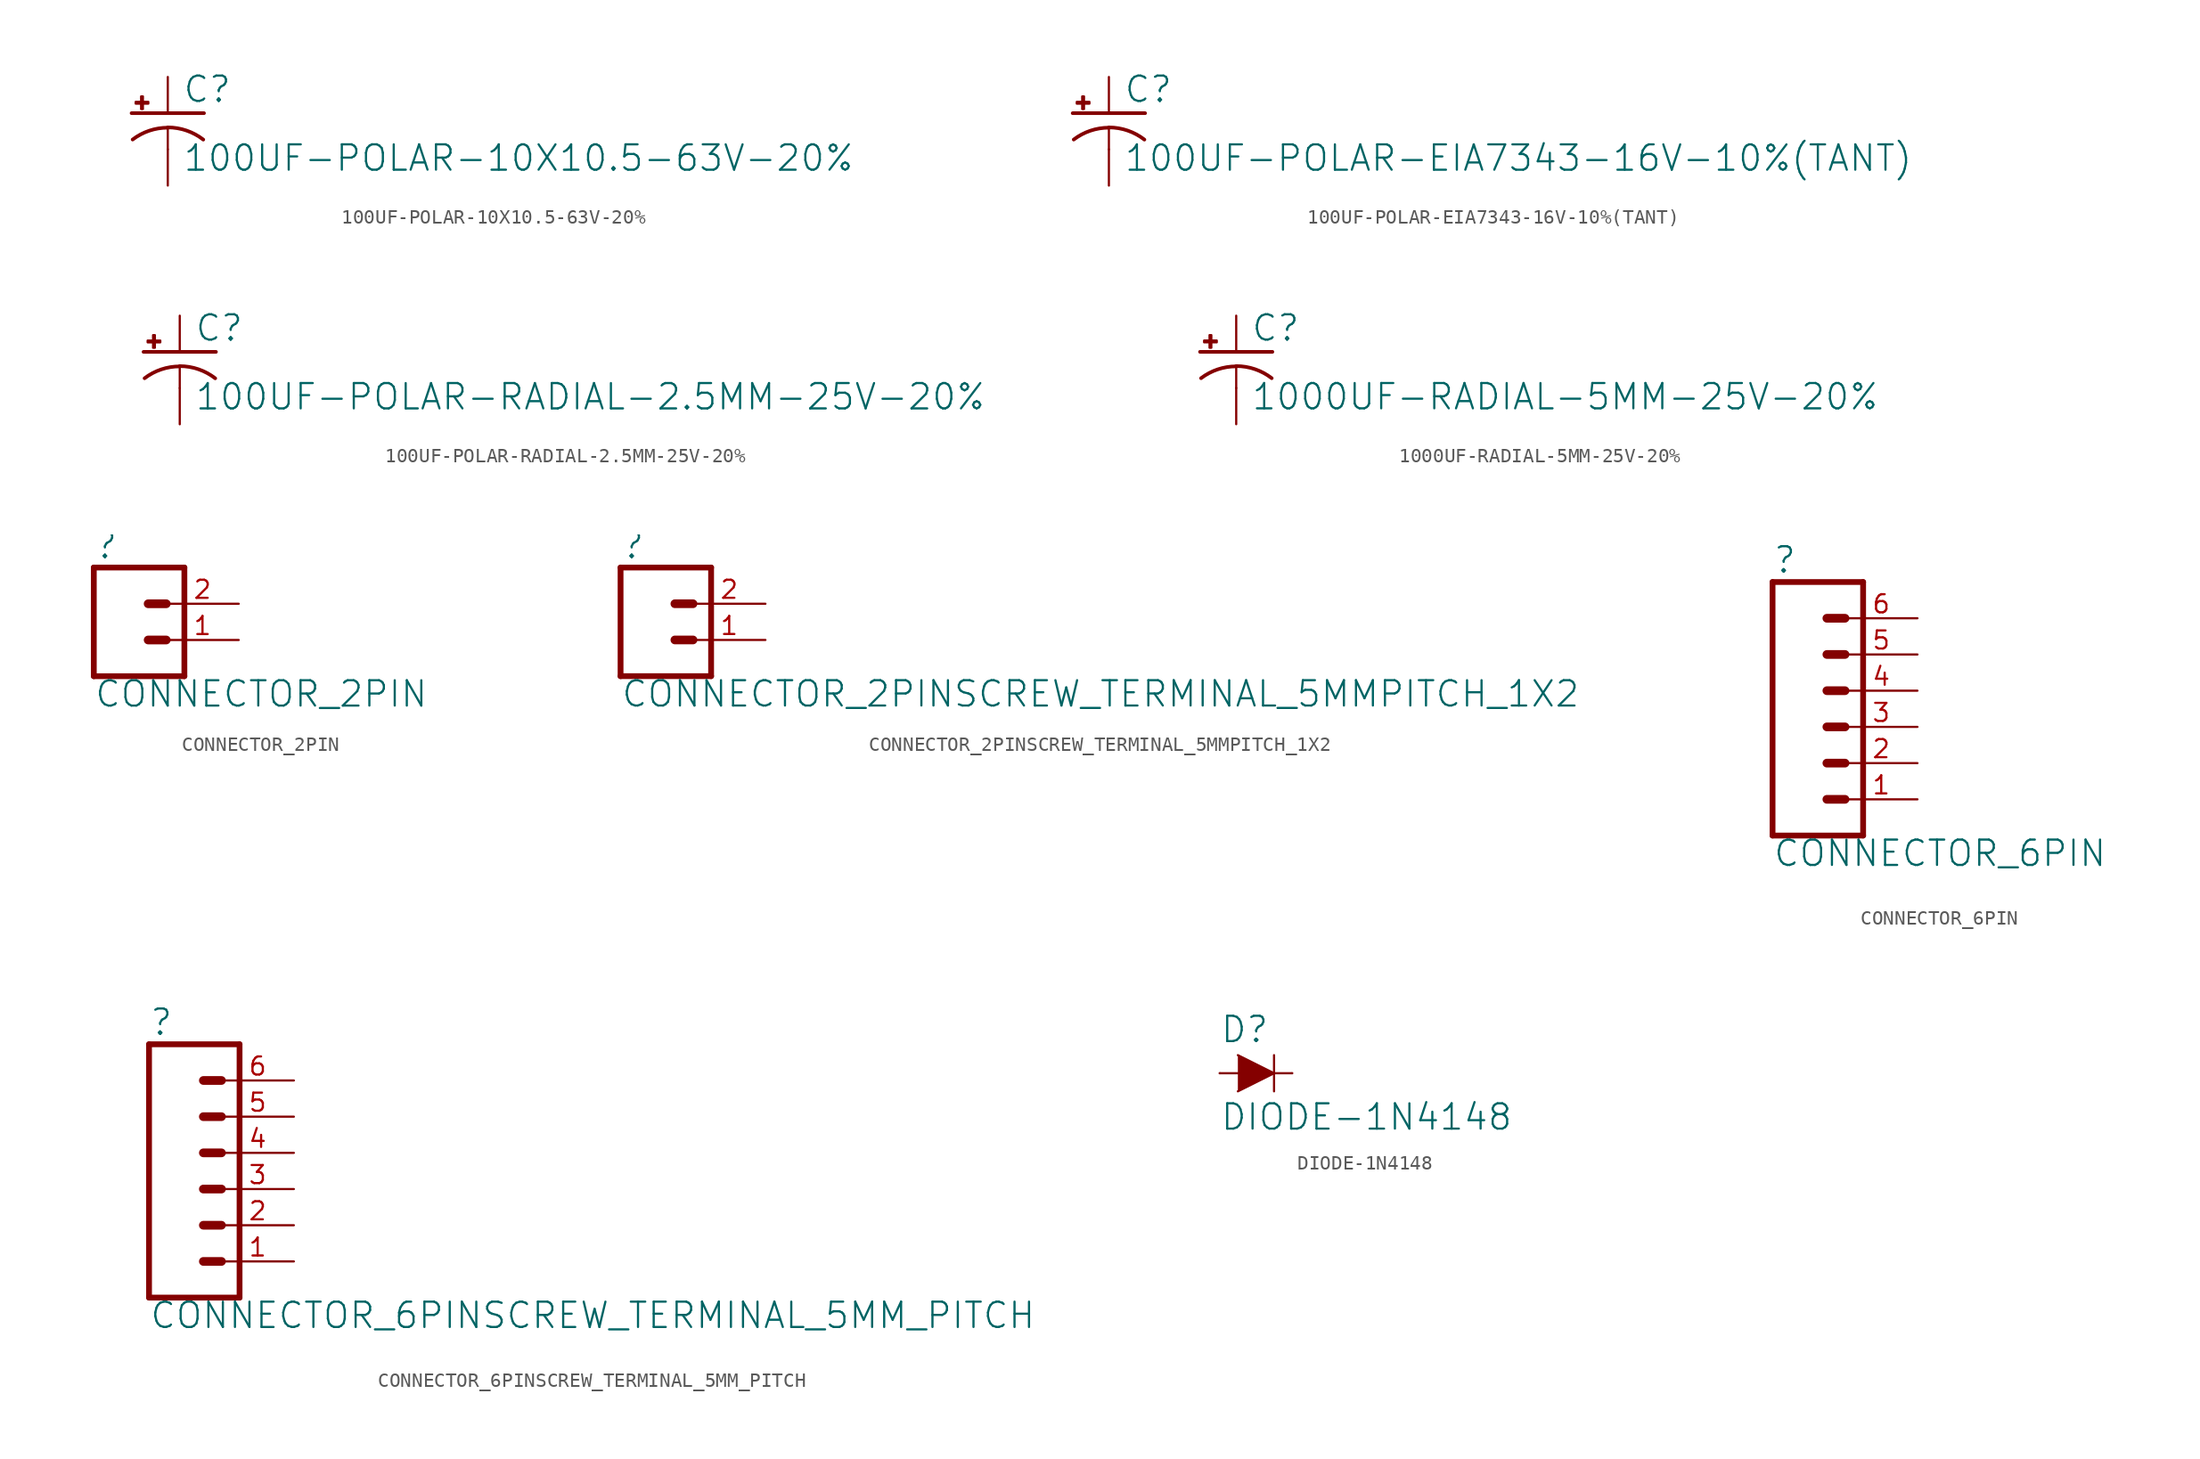
<source format=kicad_sym>
(kicad_symbol_lib
  (version 20211014)
  (generator kicad_symbol_editor)
  (symbol "100UF-POLAR-10X10.5-63V-20%"
    (property "Reference" "C"
      (at 1.016 0.635 0)
      (effects (font (size 1.778 1.778)) (justify left bottom)))
    (property "Value" "100UF-POLAR-10X10.5-63V-20%"
      (at 1.016 -4.191 0)
      (effects (font (size 1.778 1.778)) (justify left bottom)))
    (property "ki_locked" ""
      (at 0 0 0)
      (effects (font (size 1.27 1.27))))
    (symbol "100UF-POLAR-10X10.5-63V-20%_1_0"
      (rectangle (start -2.253 0.668) (end -1.364 0.795) (stroke (width 0) (type default) (color 0 0 0 0)) (fill (type outline)))
      (rectangle (start -1.872 0.287) (end -1.745 1.176) (stroke (width 0) (type default) (color 0 0 0 0)) (fill (type outline)))
      (arc (start 0 -1.0161) (mid -1.3021 -1.2302) (end -2.4669 -1.8504) (stroke (width 0.254) (type default) (color 0 0 0 0)) (fill (type none)))
      (polyline (pts (xy -2.54 0) (xy 2.54 0)) (stroke (width 0.254) (type default) (color 0 0 0 0)) (fill (type none)))
      (polyline (pts (xy 0 -1.016) (xy 0 -2.54)) (stroke (width 0.152) (type default) (color 0 0 0 0)) (fill (type none)))
      (arc (start 2.4892 -1.8542) (mid 1.3158 -1.2195) (end 0 -1) (stroke (width 0.254) (type default) (color 0 0 0 0)) (fill (type none)))
      (pin passive line (at 0 2.54 270) (length 2.54) (name "+" (effects (font (size 0 0)))) (number "+" (effects (font (size 0 0)))))
      (pin passive line (at 0 -5.08 90) (length 2.54) (name "-" (effects (font (size 0 0)))) (number "-" (effects (font (size 0 0)))))))
  (symbol "100UF-POLAR-EIA7343-16V-10%(TANT)"
    (property "Reference" "C"
      (at 1.016 0.635 0)
      (effects (font (size 1.778 1.778)) (justify left bottom)))
    (property "Value" "100UF-POLAR-EIA7343-16V-10%(TANT)"
      (at 1.016 -4.191 0)
      (effects (font (size 1.778 1.778)) (justify left bottom)))
    (property "ki_locked" ""
      (at 0 0 0)
      (effects (font (size 1.27 1.27))))
    (symbol "100UF-POLAR-EIA7343-16V-10%(TANT)_1_0"
      (rectangle (start -2.253 0.668) (end -1.364 0.795) (stroke (width 0) (type default) (color 0 0 0 0)) (fill (type outline)))
      (rectangle (start -1.872 0.287) (end -1.745 1.176) (stroke (width 0) (type default) (color 0 0 0 0)) (fill (type outline)))
      (arc (start 0 -1.0161) (mid -1.3021 -1.2302) (end -2.4669 -1.8504) (stroke (width 0.254) (type default) (color 0 0 0 0)) (fill (type none)))
      (polyline (pts (xy -2.54 0) (xy 2.54 0)) (stroke (width 0.254) (type default) (color 0 0 0 0)) (fill (type none)))
      (polyline (pts (xy 0 -1.016) (xy 0 -2.54)) (stroke (width 0.152) (type default) (color 0 0 0 0)) (fill (type none)))
      (arc (start 2.4892 -1.8542) (mid 1.3158 -1.2195) (end 0 -1) (stroke (width 0.254) (type default) (color 0 0 0 0)) (fill (type none)))
      (pin passive line (at 0 2.54 270) (length 2.54) (name "+" (effects (font (size 0 0)))) (number "A" (effects (font (size 0 0)))))
      (pin passive line (at 0 -5.08 90) (length 2.54) (name "-" (effects (font (size 0 0)))) (number "C" (effects (font (size 0 0)))))))
  (symbol "100UF-POLAR-RADIAL-2.5MM-25V-20%"
    (property "Reference" "C"
      (at 1.016 0.635 0)
      (effects (font (size 1.778 1.778)) (justify left bottom)))
    (property "Value" "100UF-POLAR-RADIAL-2.5MM-25V-20%"
      (at 1.016 -4.191 0)
      (effects (font (size 1.778 1.778)) (justify left bottom)))
    (property "ki_locked" ""
      (at 0 0 0)
      (effects (font (size 1.27 1.27))))
    (symbol "100UF-POLAR-RADIAL-2.5MM-25V-20%_1_0"
      (rectangle (start -2.253 0.668) (end -1.364 0.795) (stroke (width 0) (type default) (color 0 0 0 0)) (fill (type outline)))
      (rectangle (start -1.872 0.287) (end -1.745 1.176) (stroke (width 0) (type default) (color 0 0 0 0)) (fill (type outline)))
      (arc (start 0 -1.0161) (mid -1.3021 -1.2302) (end -2.4669 -1.8504) (stroke (width 0.254) (type default) (color 0 0 0 0)) (fill (type none)))
      (polyline (pts (xy -2.54 0) (xy 2.54 0)) (stroke (width 0.254) (type default) (color 0 0 0 0)) (fill (type none)))
      (polyline (pts (xy 0 -1.016) (xy 0 -2.54)) (stroke (width 0.152) (type default) (color 0 0 0 0)) (fill (type none)))
      (arc (start 2.4892 -1.8542) (mid 1.3158 -1.2195) (end 0 -1) (stroke (width 0.254) (type default) (color 0 0 0 0)) (fill (type none)))
      (pin passive line (at 0 2.54 270) (length 2.54) (name "+" (effects (font (size 0 0)))) (number "1" (effects (font (size 0 0)))))
      (pin passive line (at 0 -5.08 90) (length 2.54) (name "-" (effects (font (size 0 0)))) (number "2" (effects (font (size 0 0)))))))
  (symbol "1000UF-RADIAL-5MM-25V-20%"
    (property "Reference" "C"
      (at 1.016 0.635 0)
      (effects (font (size 1.778 1.778)) (justify left bottom)))
    (property "Value" "1000UF-RADIAL-5MM-25V-20%"
      (at 1.016 -4.191 0)
      (effects (font (size 1.778 1.778)) (justify left bottom)))
    (property "ki_locked" ""
      (at 0 0 0)
      (effects (font (size 1.27 1.27))))
    (symbol "1000UF-RADIAL-5MM-25V-20%_1_0"
      (rectangle (start -2.253 0.668) (end -1.364 0.795) (stroke (width 0) (type default) (color 0 0 0 0)) (fill (type outline)))
      (rectangle (start -1.872 0.287) (end -1.745 1.176) (stroke (width 0) (type default) (color 0 0 0 0)) (fill (type outline)))
      (arc (start 0 -1.0161) (mid -1.3021 -1.2302) (end -2.4669 -1.8504) (stroke (width 0.254) (type default) (color 0 0 0 0)) (fill (type none)))
      (polyline (pts (xy -2.54 0) (xy 2.54 0)) (stroke (width 0.254) (type default) (color 0 0 0 0)) (fill (type none)))
      (polyline (pts (xy 0 -1.016) (xy 0 -2.54)) (stroke (width 0.152) (type default) (color 0 0 0 0)) (fill (type none)))
      (arc (start 2.4892 -1.8542) (mid 1.3158 -1.2195) (end 0 -1) (stroke (width 0.254) (type default) (color 0 0 0 0)) (fill (type none)))
      (pin passive line (at 0 2.54 270) (length 2.54) (name "+" (effects (font (size 0 0)))) (number "+" (effects (font (size 0 0)))))
      (pin passive line (at 0 -5.08 90) (length 2.54) (name "-" (effects (font (size 0 0)))) (number "-" (effects (font (size 0 0)))))))
  (symbol "CONNECTOR_2PIN"
    (property "Reference" ""
      (at -2.54 5.588 0)
      (effects (font (size 1.778 1.778)) (justify left bottom)))
    (property "Value" "CONNECTOR_2PIN"
      (at -2.54 -4.826 0)
      (effects (font (size 1.778 1.778)) (justify left bottom)))
    (property "ki_locked" ""
      (at 0 0 0)
      (effects (font (size 1.27 1.27))))
    (symbol "CONNECTOR_2PIN_1_0"
      (polyline (pts (xy -2.54 5.08) (xy -2.54 -2.54)) (stroke (width 0.406) (type default) (color 0 0 0 0)) (fill (type none)))
      (polyline (pts (xy -2.54 5.08) (xy 3.81 5.08)) (stroke (width 0.406) (type default) (color 0 0 0 0)) (fill (type none)))
      (polyline (pts (xy 1.27 0) (xy 2.54 0)) (stroke (width 0.61) (type default) (color 0 0 0 0)) (fill (type none)))
      (polyline (pts (xy 1.27 2.54) (xy 2.54 2.54)) (stroke (width 0.61) (type default) (color 0 0 0 0)) (fill (type none)))
      (polyline (pts (xy 3.81 -2.54) (xy -2.54 -2.54)) (stroke (width 0.406) (type default) (color 0 0 0 0)) (fill (type none)))
      (polyline (pts (xy 3.81 -2.54) (xy 3.81 5.08)) (stroke (width 0.406) (type default) (color 0 0 0 0)) (fill (type none)))
      (pin passive line (at 7.62 0 180) (length 5.08) (name "1" (effects (font (size 0 0)))) (number "1" (effects (font (size 1.27 1.27)))))
      (pin passive line (at 7.62 2.54 180) (length 5.08) (name "2" (effects (font (size 0 0)))) (number "2" (effects (font (size 1.27 1.27)))))))
  (symbol "CONNECTOR_2PINSCREW_TERMINAL_5MMPITCH_1X2"
    (property "Reference" ""
      (at -2.54 5.588 0)
      (effects (font (size 1.778 1.778)) (justify left bottom)))
    (property "Value" "CONNECTOR_2PINSCREW_TERMINAL_5MMPITCH_1X2"
      (at -2.54 -4.826 0)
      (effects (font (size 1.778 1.778)) (justify left bottom)))
    (property "ki_locked" ""
      (at 0 0 0)
      (effects (font (size 1.27 1.27))))
    (symbol "CONNECTOR_2PINSCREW_TERMINAL_5MMPITCH_1X2_1_0"
      (polyline (pts (xy -2.54 5.08) (xy -2.54 -2.54)) (stroke (width 0.406) (type default) (color 0 0 0 0)) (fill (type none)))
      (polyline (pts (xy -2.54 5.08) (xy 3.81 5.08)) (stroke (width 0.406) (type default) (color 0 0 0 0)) (fill (type none)))
      (polyline (pts (xy 1.27 0) (xy 2.54 0)) (stroke (width 0.61) (type default) (color 0 0 0 0)) (fill (type none)))
      (polyline (pts (xy 1.27 2.54) (xy 2.54 2.54)) (stroke (width 0.61) (type default) (color 0 0 0 0)) (fill (type none)))
      (polyline (pts (xy 3.81 -2.54) (xy -2.54 -2.54)) (stroke (width 0.406) (type default) (color 0 0 0 0)) (fill (type none)))
      (polyline (pts (xy 3.81 -2.54) (xy 3.81 5.08)) (stroke (width 0.406) (type default) (color 0 0 0 0)) (fill (type none)))
      (pin passive line (at 7.62 0 180) (length 5.08) (name "1" (effects (font (size 0 0)))) (number "1" (effects (font (size 1.27 1.27)))))
      (pin passive line (at 7.62 2.54 180) (length 5.08) (name "2" (effects (font (size 0 0)))) (number "2" (effects (font (size 1.27 1.27)))))))
  (symbol "CONNECTOR_6PIN"
    (property "Reference" ""
      (at -5.08 10.668 0)
      (effects (font (size 1.778 1.778)) (justify left bottom)))
    (property "Value" "CONNECTOR_6PIN"
      (at -5.08 -9.906 0)
      (effects (font (size 1.778 1.778)) (justify left bottom)))
    (property "ki_locked" ""
      (at 0 0 0)
      (effects (font (size 1.27 1.27))))
    (symbol "CONNECTOR_6PIN_1_0"
      (polyline (pts (xy -5.08 10.16) (xy -5.08 -7.62)) (stroke (width 0.406) (type default) (color 0 0 0 0)) (fill (type none)))
      (polyline (pts (xy -5.08 10.16) (xy 1.27 10.16)) (stroke (width 0.406) (type default) (color 0 0 0 0)) (fill (type none)))
      (polyline (pts (xy -1.27 -5.08) (xy 0 -5.08)) (stroke (width 0.61) (type default) (color 0 0 0 0)) (fill (type none)))
      (polyline (pts (xy -1.27 -2.54) (xy 0 -2.54)) (stroke (width 0.61) (type default) (color 0 0 0 0)) (fill (type none)))
      (polyline (pts (xy -1.27 0) (xy 0 0)) (stroke (width 0.61) (type default) (color 0 0 0 0)) (fill (type none)))
      (polyline (pts (xy -1.27 2.54) (xy 0 2.54)) (stroke (width 0.61) (type default) (color 0 0 0 0)) (fill (type none)))
      (polyline (pts (xy -1.27 5.08) (xy 0 5.08)) (stroke (width 0.61) (type default) (color 0 0 0 0)) (fill (type none)))
      (polyline (pts (xy -1.27 7.62) (xy 0 7.62)) (stroke (width 0.61) (type default) (color 0 0 0 0)) (fill (type none)))
      (polyline (pts (xy 1.27 -7.62) (xy -5.08 -7.62)) (stroke (width 0.406) (type default) (color 0 0 0 0)) (fill (type none)))
      (polyline (pts (xy 1.27 -7.62) (xy 1.27 10.16)) (stroke (width 0.406) (type default) (color 0 0 0 0)) (fill (type none)))
      (pin passive line (at 5.08 -5.08 180) (length 5.08) (name "1" (effects (font (size 0 0)))) (number "1" (effects (font (size 1.27 1.27)))))
      (pin passive line (at 5.08 -2.54 180) (length 5.08) (name "2" (effects (font (size 0 0)))) (number "2" (effects (font (size 1.27 1.27)))))
      (pin passive line (at 5.08 0 180) (length 5.08) (name "3" (effects (font (size 0 0)))) (number "3" (effects (font (size 1.27 1.27)))))
      (pin passive line (at 5.08 2.54 180) (length 5.08) (name "4" (effects (font (size 0 0)))) (number "4" (effects (font (size 1.27 1.27)))))
      (pin passive line (at 5.08 5.08 180) (length 5.08) (name "5" (effects (font (size 0 0)))) (number "5" (effects (font (size 1.27 1.27)))))
      (pin passive line (at 5.08 7.62 180) (length 5.08) (name "6" (effects (font (size 0 0)))) (number "6" (effects (font (size 1.27 1.27)))))))
  (symbol "CONNECTOR_6PINSCREW_TERMINAL_5MM_PITCH"
    (property "Reference" ""
      (at -5.08 10.668 0)
      (effects (font (size 1.778 1.778)) (justify left bottom)))
    (property "Value" "CONNECTOR_6PINSCREW_TERMINAL_5MM_PITCH"
      (at -5.08 -9.906 0)
      (effects (font (size 1.778 1.778)) (justify left bottom)))
    (property "ki_locked" ""
      (at 0 0 0)
      (effects (font (size 1.27 1.27))))
    (symbol "CONNECTOR_6PINSCREW_TERMINAL_5MM_PITCH_1_0"
      (polyline (pts (xy -5.08 10.16) (xy -5.08 -7.62)) (stroke (width 0.406) (type default) (color 0 0 0 0)) (fill (type none)))
      (polyline (pts (xy -5.08 10.16) (xy 1.27 10.16)) (stroke (width 0.406) (type default) (color 0 0 0 0)) (fill (type none)))
      (polyline (pts (xy -1.27 -5.08) (xy 0 -5.08)) (stroke (width 0.61) (type default) (color 0 0 0 0)) (fill (type none)))
      (polyline (pts (xy -1.27 -2.54) (xy 0 -2.54)) (stroke (width 0.61) (type default) (color 0 0 0 0)) (fill (type none)))
      (polyline (pts (xy -1.27 0) (xy 0 0)) (stroke (width 0.61) (type default) (color 0 0 0 0)) (fill (type none)))
      (polyline (pts (xy -1.27 2.54) (xy 0 2.54)) (stroke (width 0.61) (type default) (color 0 0 0 0)) (fill (type none)))
      (polyline (pts (xy -1.27 5.08) (xy 0 5.08)) (stroke (width 0.61) (type default) (color 0 0 0 0)) (fill (type none)))
      (polyline (pts (xy -1.27 7.62) (xy 0 7.62)) (stroke (width 0.61) (type default) (color 0 0 0 0)) (fill (type none)))
      (polyline (pts (xy 1.27 -7.62) (xy -5.08 -7.62)) (stroke (width 0.406) (type default) (color 0 0 0 0)) (fill (type none)))
      (polyline (pts (xy 1.27 -7.62) (xy 1.27 10.16)) (stroke (width 0.406) (type default) (color 0 0 0 0)) (fill (type none)))
      (pin passive line (at 5.08 -5.08 180) (length 5.08) (name "1" (effects (font (size 0 0)))) (number "1" (effects (font (size 1.27 1.27)))))
      (pin passive line (at 5.08 -2.54 180) (length 5.08) (name "2" (effects (font (size 0 0)))) (number "2" (effects (font (size 1.27 1.27)))))
      (pin passive line (at 5.08 0 180) (length 5.08) (name "3" (effects (font (size 0 0)))) (number "3" (effects (font (size 1.27 1.27)))))
      (pin passive line (at 5.08 2.54 180) (length 5.08) (name "4" (effects (font (size 0 0)))) (number "4" (effects (font (size 1.27 1.27)))))
      (pin passive line (at 5.08 5.08 180) (length 5.08) (name "5" (effects (font (size 0 0)))) (number "5" (effects (font (size 1.27 1.27)))))
      (pin passive line (at 5.08 7.62 180) (length 5.08) (name "6" (effects (font (size 0 0)))) (number "6" (effects (font (size 1.27 1.27)))))))
  (symbol "DIODE-1N4148"
    (property "Reference" "D"
      (at -2.54 2.032 0)
      (effects (font (size 1.778 1.778)) (justify left bottom)))
    (property "Value" "DIODE-1N4148"
      (at -2.54 -2.032 0)
      (effects (font (size 1.778 1.778)) (justify left top)))
    (property "ki_locked" ""
      (at 0 0 0)
      (effects (font (size 1.27 1.27))))
    (symbol "DIODE-1N4148_1_0"
      (polyline (pts (xy -2.54 0) (xy -1.27 0)) (stroke (width 0.152) (type default) (color 0 0 0 0)) (fill (type none)))
      (polyline (pts (xy 1.27 0) (xy 1.27 -1.27)) (stroke (width 0.152) (type default) (color 0 0 0 0)) (fill (type none)))
      (polyline (pts (xy 1.27 1.27) (xy 1.27 0)) (stroke (width 0.152) (type default) (color 0 0 0 0)) (fill (type none)))
      (polyline (pts (xy 2.54 0) (xy 1.27 0)) (stroke (width 0.152) (type default) (color 0 0 0 0)) (fill (type none)))
      (polyline (pts (xy -1.27 1.27) (xy 1.27 0) (xy -1.27 -1.27)) (stroke (width 0) (type default) (color 0 0 0 0)) (fill (type outline)))
      (pin passive line (at -2.54 0 0) (length 0) (name "A" (effects (font (size 0 0)))) (number "A" (effects (font (size 0 0)))))
      (pin passive line (at 2.54 0 180) (length 0) (name "C" (effects (font (size 0 0)))) (number "C" (effects (font (size 0 0))))))))
</source>
